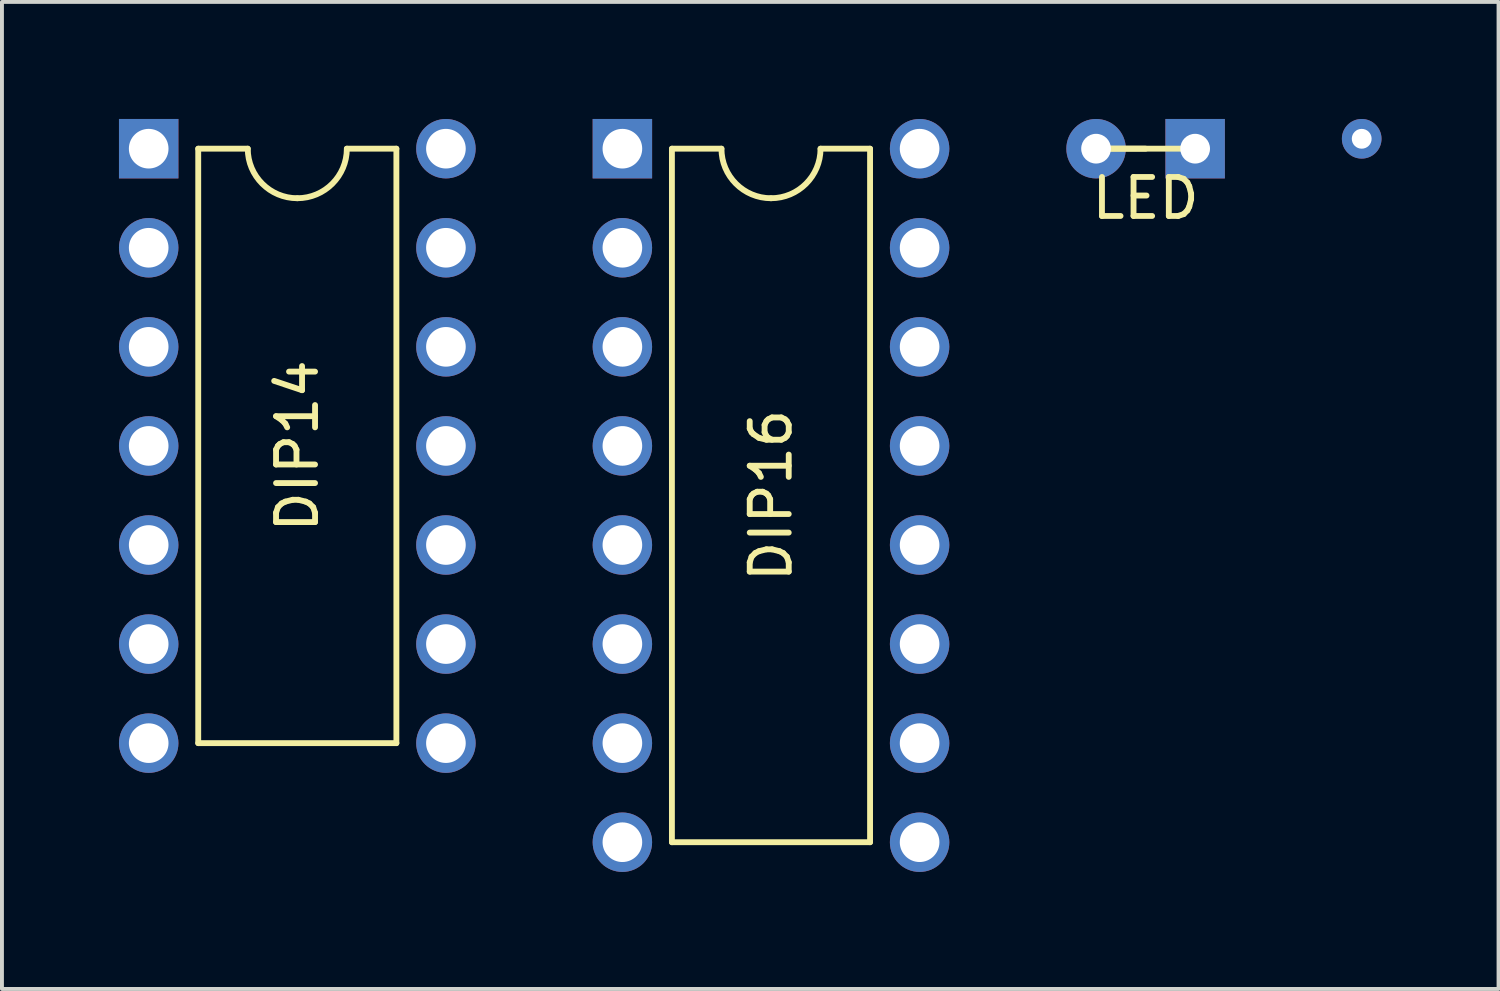
<source format=kicad_pcb>
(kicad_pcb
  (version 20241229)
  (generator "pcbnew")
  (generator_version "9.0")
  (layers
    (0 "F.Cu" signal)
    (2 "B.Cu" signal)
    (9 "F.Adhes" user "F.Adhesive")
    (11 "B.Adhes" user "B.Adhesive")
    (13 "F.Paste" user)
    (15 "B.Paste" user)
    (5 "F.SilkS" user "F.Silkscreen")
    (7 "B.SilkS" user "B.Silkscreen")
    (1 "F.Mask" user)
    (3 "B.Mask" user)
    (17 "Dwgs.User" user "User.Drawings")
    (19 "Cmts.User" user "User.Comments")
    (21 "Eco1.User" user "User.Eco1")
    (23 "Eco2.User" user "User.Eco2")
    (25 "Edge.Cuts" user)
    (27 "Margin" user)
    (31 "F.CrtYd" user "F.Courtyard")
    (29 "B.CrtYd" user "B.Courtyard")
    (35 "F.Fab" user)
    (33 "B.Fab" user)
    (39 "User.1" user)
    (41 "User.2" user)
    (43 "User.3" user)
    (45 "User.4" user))
  (footprint "DIP16"
    (layer "F.Cu")
    (at 16.716 9.652)
    (property "Reference" "DIP16" (at 0 0 90) (layer "F.SilkS") (effects (font (size 1 1) (thickness 0.15))))
    (attr through_hole)
    (fp_line (start -2.54 -8.89) (end -2.54 8.89) (stroke (width 0.15) (type solid)) (layer "F.SilkS"))
    (fp_line (start -2.54 8.89) (end 2.54 8.89) (stroke (width 0.15) (type solid)) (layer "F.SilkS"))
    (fp_line (start -1.27 -8.89) (end -2.54 -8.89) (stroke (width 0.15) (type solid)) (layer "F.SilkS"))
    (fp_line (start 2.54 -8.89) (end 1.27 -8.89) (stroke (width 0.15) (type solid)) (layer "F.SilkS"))
    (fp_line (start 2.54 8.89) (end 2.54 -8.89) (stroke (width 0.15) (type solid)) (layer "F.SilkS"))
    (fp_arc (start 0 -7.62) (mid -0.898026 -7.991974) (end -1.27 -8.89) (stroke (width 0.15) (type solid)) (layer "F.SilkS"))
    (fp_arc (start 1.27 -8.89) (mid 0.898026 -7.991974) (end 0 -7.62) (stroke (width 0.15) (type solid)) (layer "F.SilkS"))
    (pad "1" thru_hole rect (at -3.81 -8.89) (size 1.524 1.524) (drill 1.016) (layers "*.Cu" "*.Mask"))
    (pad "2" thru_hole circle (at -3.81 -6.35) (size 1.524 1.524) (drill 1.016) (layers "*.Cu" "*.Mask"))
    (pad "3" thru_hole circle (at -3.81 -3.81) (size 1.524 1.524) (drill 1.016) (layers "*.Cu" "*.Mask"))
    (pad "4" thru_hole circle (at -3.81 -1.27) (size 1.524 1.524) (drill 1.016) (layers "*.Cu" "*.Mask"))
    (pad "5" thru_hole circle (at -3.81 1.27) (size 1.524 1.524) (drill 1.016) (layers "*.Cu" "*.Mask"))
    (pad "6" thru_hole circle (at -3.81 3.81) (size 1.524 1.524) (drill 1.016) (layers "*.Cu" "*.Mask"))
    (pad "7" thru_hole circle (at -3.81 6.35) (size 1.524 1.524) (drill 1.016) (layers "*.Cu" "*.Mask"))
    (pad "8" thru_hole circle (at -3.81 8.89) (size 1.524 1.524) (drill 1.016) (layers "*.Cu" "*.Mask"))
    (pad "9" thru_hole circle (at 3.81 8.89) (size 1.524 1.524) (drill 1.016) (layers "*.Cu" "*.Mask"))
    (pad "10" thru_hole circle (at 3.81 6.35) (size 1.524 1.524) (drill 1.016) (layers "*.Cu" "*.Mask"))
    (pad "11" thru_hole circle (at 3.81 3.81) (size 1.524 1.524) (drill 1.016) (layers "*.Cu" "*.Mask"))
    (pad "12" thru_hole circle (at 3.81 1.27) (size 1.524 1.524) (drill 1.016) (layers "*.Cu" "*.Mask"))
    (pad "13" thru_hole circle (at 3.81 -1.27) (size 1.524 1.524) (drill 1.016) (layers "*.Cu" "*.Mask"))
    (pad "14" thru_hole circle (at 3.81 -3.81) (size 1.524 1.524) (drill 1.016) (layers "*.Cu" "*.Mask"))
    (pad "15" thru_hole circle (at 3.81 -6.35) (size 1.524 1.524) (drill 1.016) (layers "*.Cu" "*.Mask"))
    (pad "16" thru_hole circle (at 3.81 -8.89) (size 1.524 1.524) (drill 1.016) (layers "*.Cu" "*.Mask")))
  (footprint "VIA1"
    (layer "F.Cu")
    (at 31.86 0.508)
    (property "Reference" "VIA1" (at 0 0 0) (layer "F.SilkS") (effects (font (size 0.127 0.127) (thickness 0.032))))
    (attr through_hole)
    (pad "1" thru_hole circle (at 0 0) (size 1.016 1.016) (drill 0.508) (layers "*.Cu" "*.Mask")))
  (footprint "DIP14"
    (layer "F.Cu")
    (at 4.572 8.382)
    (property "Reference" "DIP14" (at 0 0 90) (layer "F.SilkS") (effects (font (size 1 1) (thickness 0.15))))
    (attr through_hole)
    (fp_line (start -2.54 -7.62) (end -2.54 7.62) (stroke (width 0.15) (type solid)) (layer "F.SilkS"))
    (fp_line (start -2.54 -7.62) (end -1.27 -7.62) (stroke (width 0.15) (type solid)) (layer "F.SilkS"))
    (fp_line (start -2.54 7.62) (end 2.54 7.62) (stroke (width 0.15) (type solid)) (layer "F.SilkS"))
    (fp_line (start 2.54 -7.62) (end 1.27 -7.62) (stroke (width 0.15) (type solid)) (layer "F.SilkS"))
    (fp_line (start 2.54 7.62) (end 2.54 -7.62) (stroke (width 0.15) (type solid)) (layer "F.SilkS"))
    (fp_arc (start 0 -6.35) (mid -0.898026 -6.721974) (end -1.27 -7.62) (stroke (width 0.15) (type solid)) (layer "F.SilkS"))
    (fp_arc (start 1.27 -7.62) (mid 0.898026 -6.721974) (end 0 -6.35) (stroke (width 0.15) (type solid)) (layer "F.SilkS"))
    (pad "1" thru_hole rect (at -3.81 -7.62) (size 1.524 1.524) (drill 1.016) (layers "*.Cu" "*.Mask"))
    (pad "2" thru_hole circle (at -3.81 -5.08) (size 1.524 1.524) (drill 1.016) (layers "*.Cu" "*.Mask"))
    (pad "3" thru_hole circle (at -3.81 -2.54) (size 1.524 1.524) (drill 1.016) (layers "*.Cu" "*.Mask"))
    (pad "4" thru_hole circle (at -3.81 0) (size 1.524 1.524) (drill 1.016) (layers "*.Cu" "*.Mask"))
    (pad "5" thru_hole circle (at -3.81 2.54) (size 1.524 1.524) (drill 1.016) (layers "*.Cu" "*.Mask"))
    (pad "6" thru_hole circle (at -3.81 5.08) (size 1.524 1.524) (drill 1.016) (layers "*.Cu" "*.Mask"))
    (pad "7" thru_hole circle (at -3.81 7.62) (size 1.524 1.524) (drill 1.016) (layers "*.Cu" "*.Mask"))
    (pad "8" thru_hole circle (at 3.81 7.62) (size 1.524 1.524) (drill 1.016) (layers "*.Cu" "*.Mask"))
    (pad "9" thru_hole circle (at 3.81 5.08) (size 1.524 1.524) (drill 1.016) (layers "*.Cu" "*.Mask"))
    (pad "10" thru_hole circle (at 3.81 2.54) (size 1.524 1.524) (drill 1.016) (layers "*.Cu" "*.Mask"))
    (pad "11" thru_hole circle (at 3.81 0) (size 1.524 1.524) (drill 1.016) (layers "*.Cu" "*.Mask"))
    (pad "12" thru_hole circle (at 3.81 -2.54) (size 1.524 1.524) (drill 1.016) (layers "*.Cu" "*.Mask"))
    (pad "13" thru_hole circle (at 3.81 -5.08) (size 1.524 1.524) (drill 1.016) (layers "*.Cu" "*.Mask"))
    (pad "14" thru_hole circle (at 3.81 -7.62) (size 1.524 1.524) (drill 1.016) (layers "*.Cu" "*.Mask")))
  (footprint "LED"
    (layer "F.Cu")
    (at 26.32 0.762)
    (property "Reference" "LED" (at 0 1.27 0) (layer "F.SilkS") (effects (font (size 1 1) (thickness 0.15))))
    (attr through_hole)
    (fp_line (start -1.27 0) (end 0 0) (stroke (width 0.15) (type solid)) (layer "F.SilkS"))
    (fp_line (start 1.27 0) (end -1.27 0) (stroke (width 0.15) (type solid)) (layer "F.SilkS"))
    (pad "1" thru_hole rect (at 1.27 0) (size 1.524 1.524) (drill 0.762) (layers "*.Cu" "*.Mask"))
    (pad "2" thru_hole circle (at -1.27 0) (size 1.524 1.524) (drill 0.762) (layers "*.Cu" "*.Mask")))
  (gr_rect
    (start -3 -3)
    (end 35.368 22.304)
    (stroke (width 0.1) (type default))
    (fill no)
    (layer "Edge.Cuts")))
</source>
